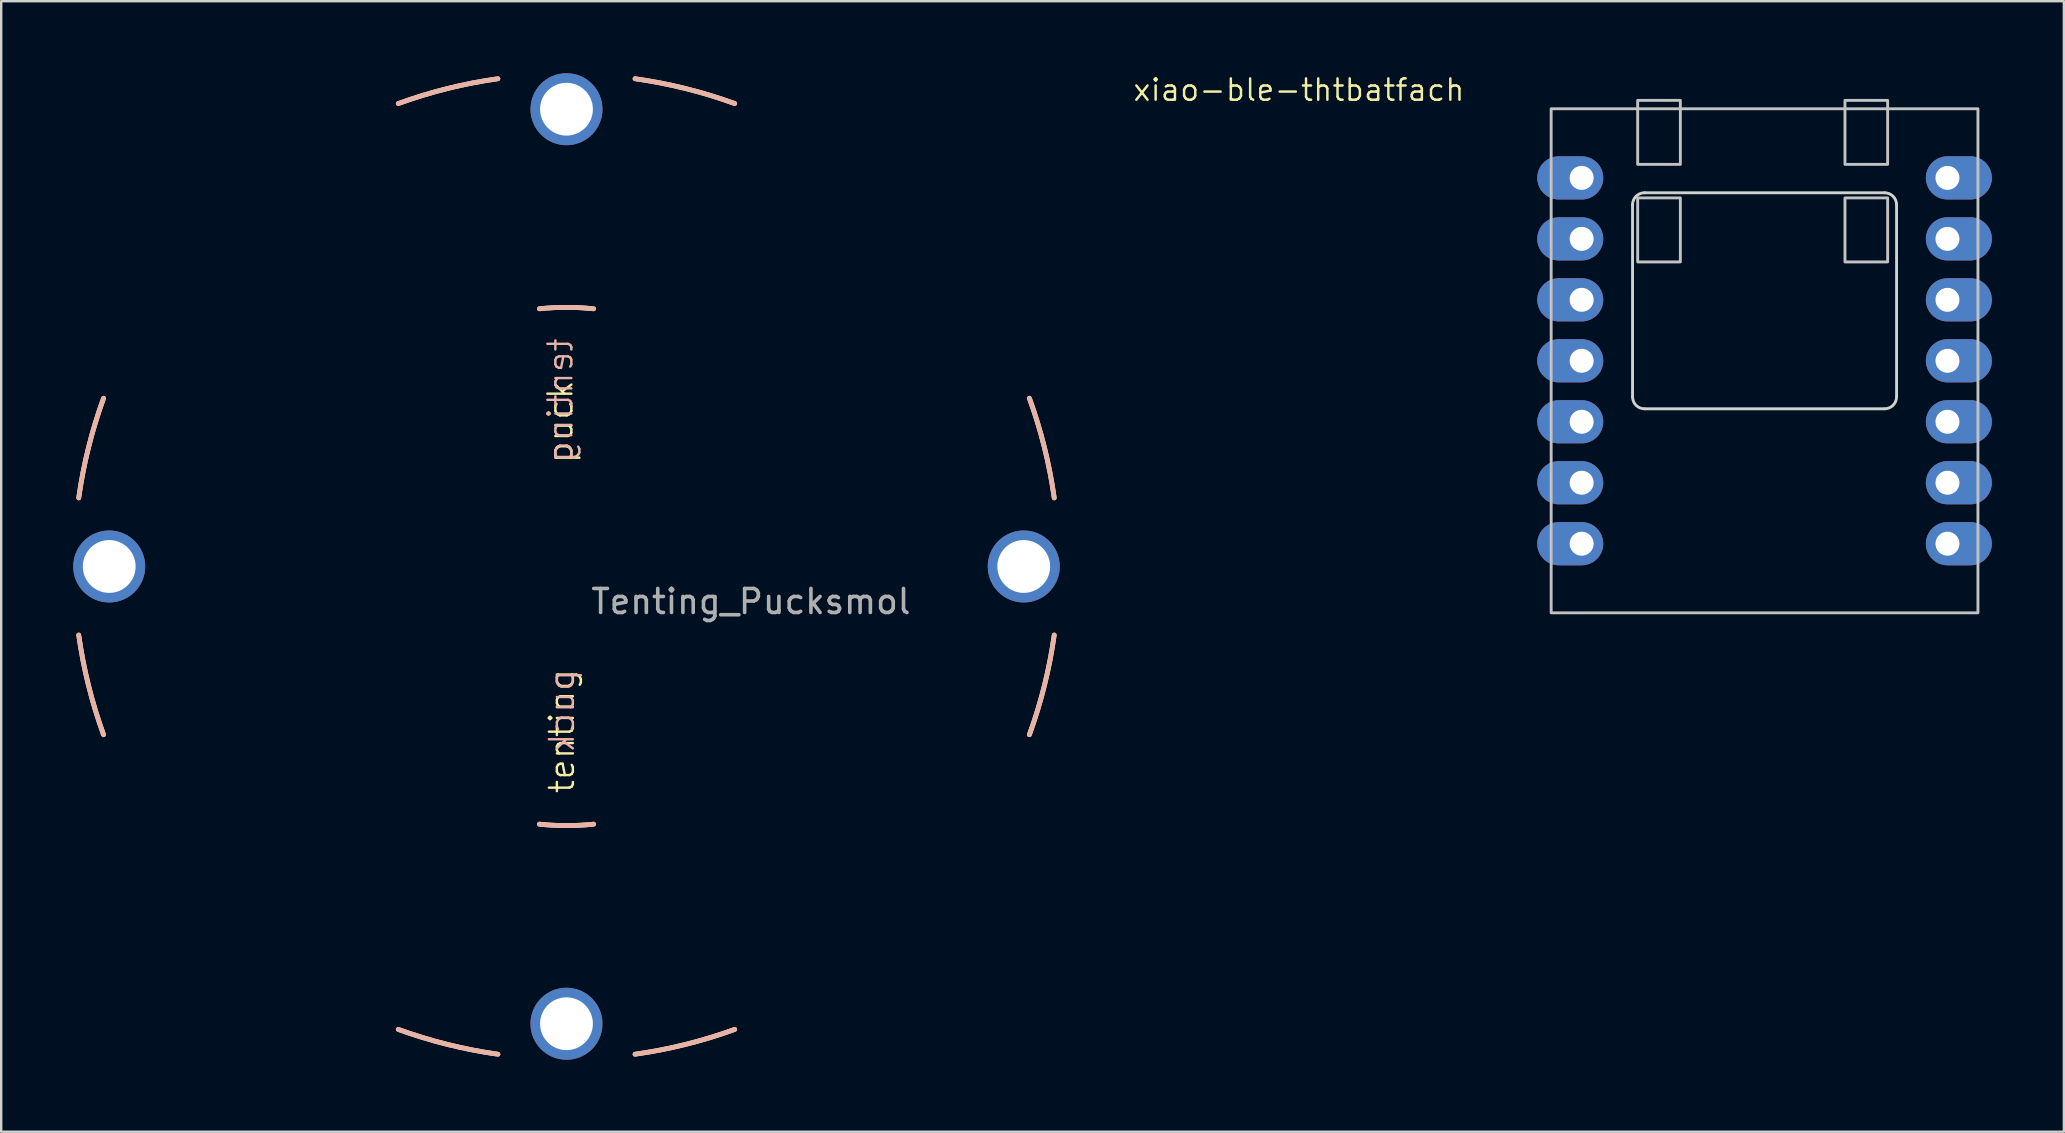
<source format=kicad_pcb>
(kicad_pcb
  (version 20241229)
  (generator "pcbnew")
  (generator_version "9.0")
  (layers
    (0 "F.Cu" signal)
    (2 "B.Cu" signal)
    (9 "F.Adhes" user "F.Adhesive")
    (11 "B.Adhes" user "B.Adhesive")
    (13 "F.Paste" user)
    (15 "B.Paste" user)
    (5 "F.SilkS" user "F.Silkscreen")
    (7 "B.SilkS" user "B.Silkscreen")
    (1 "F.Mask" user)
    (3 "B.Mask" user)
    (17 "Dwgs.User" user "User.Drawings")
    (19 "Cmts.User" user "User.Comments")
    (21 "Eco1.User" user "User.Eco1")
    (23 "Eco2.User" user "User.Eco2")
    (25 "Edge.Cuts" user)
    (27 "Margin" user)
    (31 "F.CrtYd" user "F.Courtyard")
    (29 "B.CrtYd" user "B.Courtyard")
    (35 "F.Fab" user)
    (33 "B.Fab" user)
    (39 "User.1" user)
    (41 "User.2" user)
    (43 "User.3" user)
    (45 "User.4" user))
  (footprint "xiao-ble-thtbatfach"
    (layer "F.Cu")
    (at 70.463 11.981)
    (property "Reference" "xiao-ble-thtbatfach" (at -19.399 -11.283 0) (layer "F.SilkS") (effects (font (size 0.889 0.889) (thickness 0.102))))
    (attr smd exclude_from_pos_files)
    (fp_rect (start -8.89 10.5) (end 8.89 -10.5) (stroke (width 0.12) (type solid)) (fill no) (layer "Dwgs.User"))
    (fp_rect (start -5.286 -6.786) (end -3.508 -4.119) (stroke (width 0.12) (type solid)) (fill no) (layer "Dwgs.User"))
    (fp_rect (start -3.508 -8.183) (end -5.286 -10.85) (stroke (width 0.12) (type solid)) (fill no) (layer "Dwgs.User"))
    (fp_rect (start 3.35 -10.85) (end 5.128 -8.183) (stroke (width 0.12) (type solid)) (fill no) (layer "Dwgs.User"))
    (fp_rect (start 3.35 -6.786) (end 5.128 -4.119) (stroke (width 0.12) (type solid)) (fill no) (layer "Dwgs.User"))
    (fp_line (start -5.5 1.5) (end -5.5 -6.5) (stroke (width 0.12) (type solid)) (layer "Edge.Cuts"))
    (fp_line (start -5 -7) (end 5 -7) (stroke (width 0.12) (type solid)) (layer "Edge.Cuts"))
    (fp_line (start 5 2) (end -5 2) (stroke (width 0.12) (type solid)) (layer "Edge.Cuts"))
    (fp_line (start 5.5 -6.5) (end 5.5 1.5) (stroke (width 0.12) (type solid)) (layer "Edge.Cuts"))
    (fp_arc (start -5.5 -6.5) (mid -5.353553 -6.853553) (end -5 -7) (stroke (width 0.12) (type solid)) (layer "Edge.Cuts"))
    (fp_arc (start -5 2) (mid -5.353553 1.853553) (end -5.5 1.5) (stroke (width 0.12) (type solid)) (layer "Edge.Cuts"))
    (fp_arc (start 5 -7) (mid 5.353553 -6.853553) (end 5.5 -6.5) (stroke (width 0.12) (type solid)) (layer "Edge.Cuts"))
    (fp_arc (start 5.5 1.5) (mid 5.353553 1.853553) (end 5 2) (stroke (width 0.12) (type solid)) (layer "Edge.Cuts"))
    (pad "1" thru_hole oval (at -7.62 -7.62) (size 2.75 1.8) (drill 1 (offset -0.475 0)) (layers "*.Cu" "*.Mask"))
    (pad "2" thru_hole oval (at -7.62 -5.08) (size 2.75 1.8) (drill 1 (offset -0.475 0)) (layers "*.Cu" "*.Mask"))
    (pad "3" thru_hole oval (at -7.62 -2.54) (size 2.75 1.8) (drill 1 (offset -0.475 0)) (layers "*.Cu" "*.Mask"))
    (pad "4" thru_hole oval (at -7.62 0) (size 2.75 1.8) (drill 1 (offset -0.475 0)) (layers "*.Cu" "*.Mask"))
    (pad "5" thru_hole oval (at -7.62 2.54) (size 2.75 1.8) (drill 1 (offset -0.475 0)) (layers "*.Cu" "*.Mask"))
    (pad "6" thru_hole oval (at -7.62 5.08) (size 2.75 1.8) (drill 1 (offset -0.475 0)) (layers "*.Cu" "*.Mask"))
    (pad "7" thru_hole oval (at -7.62 7.62) (size 2.75 1.8) (drill 1 (offset -0.475 0)) (layers "*.Cu" "*.Mask"))
    (pad "8" thru_hole oval (at 7.62 7.62 180) (size 2.75 1.8) (drill 1 (offset -0.475 0)) (layers "*.Cu" "*.Mask"))
    (pad "9" thru_hole oval (at 7.62 5.08 180) (size 2.75 1.8) (drill 1 (offset -0.475 0)) (layers "*.Cu" "*.Mask"))
    (pad "10" thru_hole oval (at 7.62 2.54 180) (size 2.75 1.8) (drill 1 (offset -0.475 0)) (layers "*.Cu" "*.Mask"))
    (pad "11" thru_hole oval (at 7.62 0 180) (size 2.75 1.8) (drill 1 (offset -0.475 0)) (layers "*.Cu" "*.Mask"))
    (pad "12" thru_hole oval (at 7.62 -2.54 180) (size 2.75 1.8) (drill 1 (offset -0.475 0)) (layers "*.Cu" "*.Mask"))
    (pad "13" thru_hole oval (at 7.62 -5.08 180) (size 2.75 1.8) (drill 1 (offset -0.475 0)) (layers "*.Cu" "*.Mask"))
    (pad "14" thru_hole oval (at 7.62 -7.62 180) (size 2.75 1.8) (drill 1 (offset -0.475 0)) (layers "*.Cu" "*.Mask")))
  (footprint "Tenting_Pucksmol"
    (layer "F.Cu")
    (at 20.55 20.55)
    (property "Reference" "Tenting_Pucksmol" (at 7.684 1.46 0) (layer "F.Fab") (effects (font (size 1 1) (thickness 0.15))))
    (attr through_hole)
    (fp_arc (start -20.32 -2.8575) (mid -19.91151 -4.959786) (end -19.286134 -7.008048) (stroke (width 0.2) (type solid)) (layer "F.SilkS"))
    (fp_arc (start -19.286134 7.008047) (mid -19.91151 4.959786) (end -20.32 2.8575) (stroke (width 0.2) (type solid)) (layer "F.SilkS"))
    (fp_arc (start -7.008048 -19.286134) (mid -4.959786 -19.91151) (end -2.8575 -20.32) (stroke (width 0.2) (type solid)) (layer "F.SilkS"))
    (fp_arc (start -2.8575 20.32) (mid -4.959785 19.91151) (end -7.008046 19.286135) (stroke (width 0.2) (type solid)) (layer "F.SilkS"))
    (fp_arc (start -1.128385 -10.735864) (mid -0.564967 -10.780206) (end 0 -10.795) (stroke (width 0.2) (type solid)) (layer "F.SilkS"))
    (fp_arc (start 0 -10.795) (mid 0.564967 -10.780206) (end 1.128385 -10.735864) (stroke (width 0.2) (type solid)) (layer "F.SilkS"))
    (fp_arc (start 0 10.795) (mid -0.564967 10.780206) (end -1.128385 10.735864) (stroke (width 0.2) (type solid)) (layer "F.SilkS"))
    (fp_arc (start 1.128385 10.735864) (mid 0.564967 10.780206) (end 0 10.795) (stroke (width 0.2) (type solid)) (layer "F.SilkS"))
    (fp_arc (start 2.8575 -20.32) (mid 4.959786 -19.91151) (end 7.008047 -19.286134) (stroke (width 0.2) (type solid)) (layer "F.SilkS"))
    (fp_arc (start 7.008047 19.286134) (mid 4.959786 19.91151) (end 2.8575 20.32) (stroke (width 0.2) (type solid)) (layer "F.SilkS"))
    (fp_arc (start 19.286135 -7.008045) (mid 19.91151 -4.959785) (end 20.32 -2.8575) (stroke (width 0.2) (type solid)) (layer "F.SilkS"))
    (fp_arc (start 20.32 2.8575) (mid 19.91151 4.959785) (end 19.286135 7.008046) (stroke (width 0.2) (type solid)) (layer "F.SilkS"))
    (fp_arc (start -20.32 -2.8575) (mid -19.91151 -4.959784) (end -19.286136 -7.008044) (stroke (width 0.2) (type solid)) (layer "B.SilkS"))
    (fp_arc (start -19.286135 7.008046) (mid -19.91151 4.959785) (end -20.32 2.8575) (stroke (width 0.2) (type solid)) (layer "B.SilkS"))
    (fp_arc (start -7.008046 -19.286135) (mid -4.959785 -19.91151) (end -2.8575 -20.32) (stroke (width 0.2) (type solid)) (layer "B.SilkS"))
    (fp_arc (start -2.8575 20.32) (mid -4.959785 19.91151) (end -7.008045 19.286135) (stroke (width 0.2) (type solid)) (layer "B.SilkS"))
    (fp_arc (start -1.128385 -10.735864) (mid -0.564967 -10.780206) (end 0 -10.795) (stroke (width 0.2) (type solid)) (layer "B.SilkS"))
    (fp_arc (start 0 -10.795) (mid 0.564967 -10.780206) (end 1.128385 -10.735864) (stroke (width 0.2) (type solid)) (layer "B.SilkS"))
    (fp_arc (start 0 10.795) (mid -0.564967 10.780206) (end -1.128385 10.735864) (stroke (width 0.2) (type solid)) (layer "B.SilkS"))
    (fp_arc (start 1.128385 10.735864) (mid 0.564967 10.780206) (end 0 10.795) (stroke (width 0.2) (type solid)) (layer "B.SilkS"))
    (fp_arc (start 2.8575 -20.32) (mid 4.959787 -19.91151) (end 7.008049 -19.286134) (stroke (width 0.2) (type solid)) (layer "B.SilkS"))
    (fp_arc (start 7.008045 19.286135) (mid 4.959785 19.91151) (end 2.8575 20.32) (stroke (width 0.2) (type solid)) (layer "B.SilkS"))
    (fp_arc (start 19.286134 -7.008048) (mid 19.91151 -4.959786) (end 20.32 -2.8575) (stroke (width 0.2) (type solid)) (layer "B.SilkS"))
    (fp_arc (start 20.32 2.8575) (mid 19.91151 4.959786) (end 19.286134 7.008048) (stroke (width 0.2) (type solid)) (layer "B.SilkS"))
    (fp_text user "tenting" (at -0.191 6.858 90) (layer "F.SilkS") (effects (font (size 1 1) (thickness 0.1))))
    (fp_text user "puck" (at -0.254 -6.032 90) (layer "F.SilkS") (effects (font (size 1 1) (thickness 0.1))))
    (fp_text user "tenting" (at -0.254 -6.921 90) (layer "B.SilkS") (effects (font (size 1 1) (thickness 0.1)) (justify mirror)))
    (fp_text user "puck" (at -0.191 6.032 90) (unlocked yes) (layer "B.SilkS") (effects (font (size 1 1) (thickness 0.1)) (justify mirror)))
    (pad "1" thru_hole circle (at -19.05 0) (size 3 3) (drill 2.2) (layers "*.Cu" "*.Mask"))
    (pad "1" thru_hole circle (at 0 -19.05) (size 3 3) (drill 2.2) (layers "*.Cu" "*.Mask"))
    (pad "1" thru_hole circle (at 0 19.05) (size 3 3) (drill 2.2) (layers "*.Cu" "*.Mask"))
    (pad "1" thru_hole circle (at 19.05 0) (size 3 3) (drill 2.2) (layers "*.Cu" "*.Mask")))
  (gr_rect
    (start -3 -3)
    (end 82.933 44.1)
    (stroke (width 0.1) (type default))
    (fill no)
    (layer "Edge.Cuts")))
</source>
